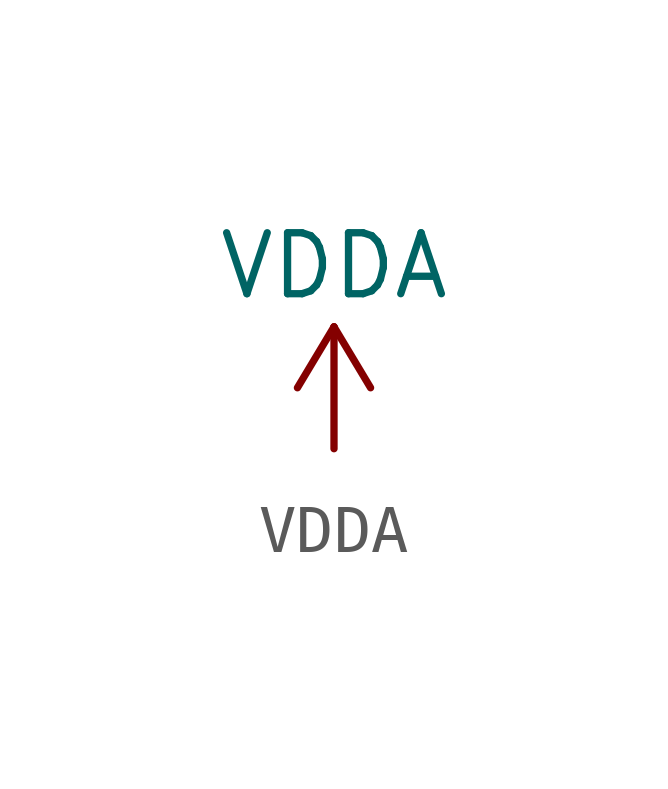
<source format=kicad_sym>
(kicad_symbol_lib
  (version 20211014)
  (generator kicad_symbol_editor)
  (symbol "power1:VDDA"
    (power)
    (pin_names
      (offset 0))
    (property "Reference" "#PWR"
      (at 0 -3.81 0)
      (effects (font (size 1.27 1.27)) hide))
    (property "Value" "VDDA"
      (at 0 3.81 0)
      (effects (font (size 1.27 1.27))))
    (symbol "VDDA_0_1"
      (polyline (pts (xy -0.762 1.27) (xy 0 2.54)) (stroke (width 0) (type default) (color 0 0 0 0)) (fill (type none)))
      (polyline (pts (xy 0 0) (xy 0 2.54)) (stroke (width 0) (type default) (color 0 0 0 0)) (fill (type none)))
      (polyline (pts (xy 0 2.54) (xy 0.762 1.27)) (stroke (width 0) (type default) (color 0 0 0 0)) (fill (type none))))
    (symbol "VDDA_1_1"
      (pin power_in line (at 0 0 90) (length 0) hide (name "VDDA" (effects (font (size 1.27 1.27)))) (number "1" (effects (font (size 1.27 1.27))))))))
</source>
